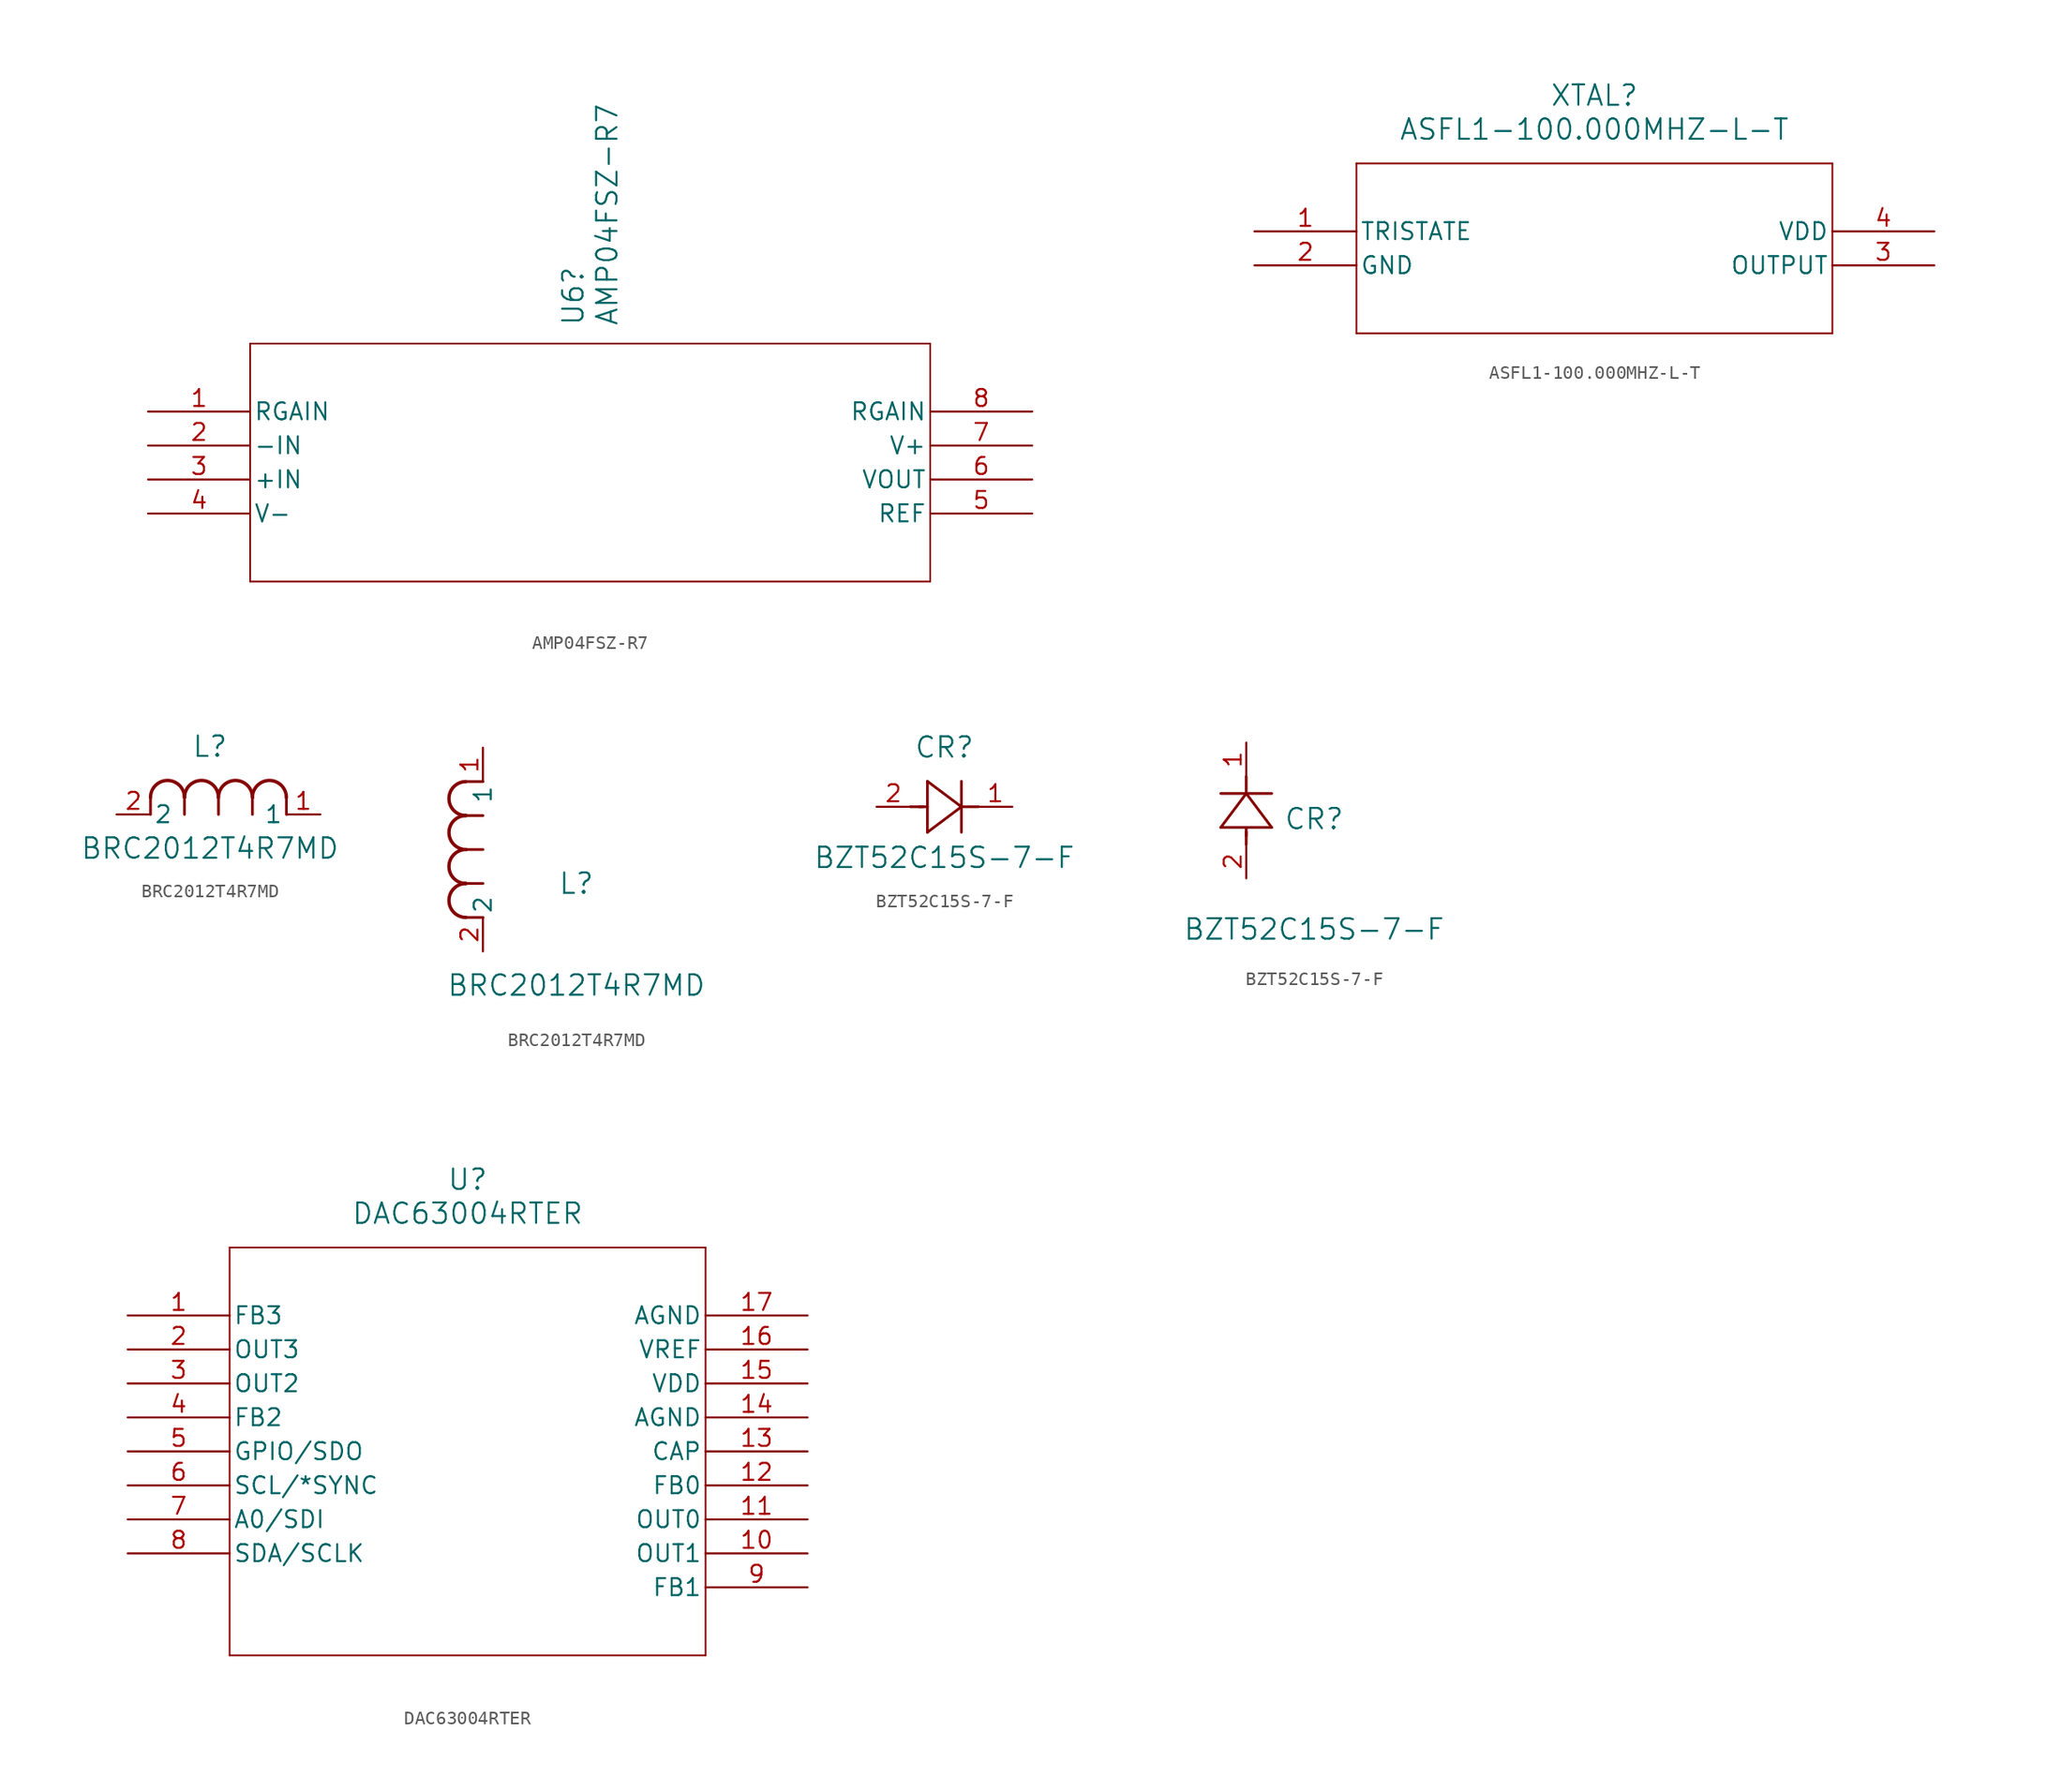
<source format=kicad_sym>
(kicad_symbol_lib
  (version 20231120)
  (generator "kicad_symbol_editor")
  (generator_version "8.0")
  (symbol "AMP04FSZ-R7"
    (pin_names
      (offset 0.254))
    (property "Reference" "U6"
      (at 31.75 6.35 90)
      (effects (font (size 1.524 1.524)) (justify left)))
    (property "Value" "AMP04FSZ-R7"
      (at 34.29 6.35 90)
      (effects (font (size 1.524 1.524)) (justify left)))
    (symbol "AMP04FSZ-R7_0_1"
      (polyline (pts (xy 7.62 -12.7) (xy 58.42 -12.7)) (stroke (width 0.127) (type default)) (fill (type none)))
      (polyline (pts (xy 7.62 5.08) (xy 7.62 -12.7)) (stroke (width 0.127) (type default)) (fill (type none)))
      (polyline (pts (xy 58.42 -12.7) (xy 58.42 5.08)) (stroke (width 0.127) (type default)) (fill (type none)))
      (polyline (pts (xy 58.42 5.08) (xy 7.62 5.08)) (stroke (width 0.127) (type default)) (fill (type none)))
      (pin unspecified line (at 0 0 0) (length 7.62) (name "RGAIN" (effects (font (size 1.27 1.27)))) (number "1" (effects (font (size 1.27 1.27)))))
      (pin unspecified line (at 0 -2.54 0) (length 7.62) (name "-IN" (effects (font (size 1.27 1.27)))) (number "2" (effects (font (size 1.27 1.27)))))
      (pin unspecified line (at 0 -5.08 0) (length 7.62) (name "+IN" (effects (font (size 1.27 1.27)))) (number "3" (effects (font (size 1.27 1.27)))))
      (pin power_in line (at 0 -7.62 0) (length 7.62) (name "V-" (effects (font (size 1.27 1.27)))) (number "4" (effects (font (size 1.27 1.27)))))
      (pin unspecified line (at 66.04 -7.62 180) (length 7.62) (name "REF" (effects (font (size 1.27 1.27)))) (number "5" (effects (font (size 1.27 1.27)))))
      (pin unspecified line (at 66.04 -5.08 180) (length 7.62) (name "VOUT" (effects (font (size 1.27 1.27)))) (number "6" (effects (font (size 1.27 1.27)))))
      (pin power_in line (at 66.04 -2.54 180) (length 7.62) (name "V+" (effects (font (size 1.27 1.27)))) (number "7" (effects (font (size 1.27 1.27)))))
      (pin unspecified line (at 66.04 0 180) (length 7.62) (name "RGAIN" (effects (font (size 1.27 1.27)))) (number "8" (effects (font (size 1.27 1.27)))))))
  (symbol "ASFL1-100.000MHZ-L-T"
    (pin_names
      (offset 0.254))
    (property "Reference" "XTAL"
      (at 25.4 10.16 0)
      (effects (font (size 1.524 1.524))))
    (property "Value" "ASFL1-100.000MHZ-L-T"
      (at 25.4 7.62 0)
      (effects (font (size 1.524 1.524))))
    (symbol "ASFL1-100.000MHZ-L-T_0_1"
      (polyline (pts (xy 7.62 -7.62) (xy 43.18 -7.62)) (stroke (width 0.127) (type default)) (fill (type none)))
      (polyline (pts (xy 7.62 5.08) (xy 7.62 -7.62)) (stroke (width 0.127) (type default)) (fill (type none)))
      (polyline (pts (xy 43.18 -7.62) (xy 43.18 5.08)) (stroke (width 0.127) (type default)) (fill (type none)))
      (polyline (pts (xy 43.18 5.08) (xy 7.62 5.08)) (stroke (width 0.127) (type default)) (fill (type none)))
      (pin unspecified line (at 0 0 0) (length 7.62) (name "TRISTATE" (effects (font (size 1.27 1.27)))) (number "1" (effects (font (size 1.27 1.27)))))
      (pin power_out line (at 0 -2.54 0) (length 7.62) (name "GND" (effects (font (size 1.27 1.27)))) (number "2" (effects (font (size 1.27 1.27)))))
      (pin output line (at 50.8 -2.54 180) (length 7.62) (name "OUTPUT" (effects (font (size 1.27 1.27)))) (number "3" (effects (font (size 1.27 1.27)))))
      (pin power_in line (at 50.8 0 180) (length 7.62) (name "VDD" (effects (font (size 1.27 1.27)))) (number "4" (effects (font (size 1.27 1.27)))))))
  (symbol "BRC2012T4R7MD"
    (pin_names
      (offset 0.254))
    (property "Reference" "L"
      (at 6.985 5.08 0)
      (effects (font (size 1.524 1.524))))
    (property "Value" "BRC2012T4R7MD"
      (at 6.985 -2.54 0)
      (effects (font (size 1.524 1.524))))
    (symbol "BRC2012T4R7MD_1_1"
      (polyline (pts (xy 2.54 0) (xy 2.54 1.27)) (stroke (width 0.203) (type default)) (fill (type none)))
      (polyline (pts (xy 5.08 0) (xy 5.08 1.27)) (stroke (width 0.203) (type default)) (fill (type none)))
      (polyline (pts (xy 7.62 0) (xy 7.62 1.27)) (stroke (width 0.203) (type default)) (fill (type none)))
      (polyline (pts (xy 10.16 0) (xy 10.16 1.27)) (stroke (width 0.203) (type default)) (fill (type none)))
      (polyline (pts (xy 12.7 0) (xy 12.7 1.27)) (stroke (width 0.203) (type default)) (fill (type none)))
      (arc (start 5.08 1.27) (mid 3.81 2.5344) (end 2.54 1.27) (stroke (width 0.254) (type default)) (fill (type none)))
      (arc (start 7.62 1.27) (mid 6.35 2.5344) (end 5.08 1.27) (stroke (width 0.254) (type default)) (fill (type none)))
      (arc (start 10.16 1.27) (mid 8.89 2.5344) (end 7.62 1.27) (stroke (width 0.254) (type default)) (fill (type none)))
      (arc (start 12.7 1.27) (mid 11.43 2.5344) (end 10.16 1.27) (stroke (width 0.254) (type default)) (fill (type none)))
      (pin unspecified line (at 15.24 0 180) (length 2.54) (name "1" (effects (font (size 1.27 1.27)))) (number "1" (effects (font (size 1.27 1.27)))))
      (pin unspecified line (at 0 0 0) (length 2.54) (name "2" (effects (font (size 1.27 1.27)))) (number "2" (effects (font (size 1.27 1.27))))))
    (symbol "BRC2012T4R7MD_1_2"
      (arc (start -1.27 5.08) (mid -2.5344 3.81) (end -1.27 2.54) (stroke (width 0.254) (type default)) (fill (type none)))
      (arc (start -1.27 7.62) (mid -2.5344 6.35) (end -1.27 5.08) (stroke (width 0.254) (type default)) (fill (type none)))
      (arc (start -1.27 10.16) (mid -2.5344 8.89) (end -1.27 7.62) (stroke (width 0.254) (type default)) (fill (type none)))
      (arc (start -1.27 12.7) (mid -2.5344 11.43) (end -1.27 10.16) (stroke (width 0.254) (type default)) (fill (type none)))
      (polyline (pts (xy 0 2.54) (xy -1.27 2.54)) (stroke (width 0.203) (type default)) (fill (type none)))
      (polyline (pts (xy 0 5.08) (xy -1.27 5.08)) (stroke (width 0.203) (type default)) (fill (type none)))
      (polyline (pts (xy 0 7.62) (xy -1.27 7.62)) (stroke (width 0.203) (type default)) (fill (type none)))
      (polyline (pts (xy 0 10.16) (xy -1.27 10.16)) (stroke (width 0.203) (type default)) (fill (type none)))
      (polyline (pts (xy 0 12.7) (xy -1.27 12.7)) (stroke (width 0.203) (type default)) (fill (type none)))
      (pin unspecified line (at 0 15.24 270) (length 2.54) (name "1" (effects (font (size 1.27 1.27)))) (number "1" (effects (font (size 1.27 1.27)))))
      (pin unspecified line (at 0 0 90) (length 2.54) (name "2" (effects (font (size 1.27 1.27)))) (number "2" (effects (font (size 1.27 1.27)))))))
  (symbol "BZT52C15S-7-F"
    (pin_names
      (offset 0.254))
    (property "Reference" "CR"
      (at 5.08 4.445 0)
      (effects (font (size 1.524 1.524))))
    (property "Value" "BZT52C15S-7-F"
      (at 5.08 -3.81 0)
      (effects (font (size 1.524 1.524))))
    (symbol "BZT52C15S-7-F_1_1"
      (polyline (pts (xy 2.54 0) (xy 3.48 0)) (stroke (width 0.203) (type default)) (fill (type none)))
      (polyline (pts (xy 3.175 0) (xy 3.81 0)) (stroke (width 0.203) (type default)) (fill (type none)))
      (polyline (pts (xy 3.81 -1.905) (xy 6.35 0)) (stroke (width 0.203) (type default)) (fill (type none)))
      (polyline (pts (xy 3.81 1.905) (xy 3.81 -1.905)) (stroke (width 0.203) (type default)) (fill (type none)))
      (polyline (pts (xy 6.35 -1.905) (xy 6.35 1.905)) (stroke (width 0.203) (type default)) (fill (type none)))
      (polyline (pts (xy 6.35 0) (xy 3.81 1.905)) (stroke (width 0.203) (type default)) (fill (type none)))
      (polyline (pts (xy 6.35 0) (xy 7.62 0)) (stroke (width 0.203) (type default)) (fill (type none)))
      (pin unspecified line (at 10.16 0 180) (length 2.54) (name "" (effects (font (size 1.27 1.27)))) (number "1" (effects (font (size 1.27 1.27)))))
      (pin unspecified line (at 0 0 0) (length 2.54) (name "" (effects (font (size 1.27 1.27)))) (number "2" (effects (font (size 1.27 1.27))))))
    (symbol "BZT52C15S-7-F_1_2"
      (polyline (pts (xy -1.905 3.81) (xy 1.905 3.81)) (stroke (width 0.203) (type default)) (fill (type none)))
      (polyline (pts (xy 0 2.54) (xy 0 3.48)) (stroke (width 0.203) (type default)) (fill (type none)))
      (polyline (pts (xy 0 3.175) (xy 0 3.81)) (stroke (width 0.203) (type default)) (fill (type none)))
      (polyline (pts (xy 0 6.35) (xy -1.905 3.81)) (stroke (width 0.203) (type default)) (fill (type none)))
      (polyline (pts (xy 0 6.35) (xy 0 7.62)) (stroke (width 0.203) (type default)) (fill (type none)))
      (polyline (pts (xy 1.905 3.81) (xy 0 6.35)) (stroke (width 0.203) (type default)) (fill (type none)))
      (polyline (pts (xy 1.905 6.35) (xy -1.905 6.35)) (stroke (width 0.203) (type default)) (fill (type none)))
      (pin unspecified line (at 0 10.16 270) (length 2.54) (name "" (effects (font (size 1.27 1.27)))) (number "1" (effects (font (size 1.27 1.27)))))
      (pin unspecified line (at 0 0 90) (length 2.54) (name "" (effects (font (size 1.27 1.27)))) (number "2" (effects (font (size 1.27 1.27)))))))
  (symbol "DAC63004RTER"
    (pin_names
      (offset 0.254))
    (property "Reference" "U"
      (at 25.4 10.16 0)
      (effects (font (size 1.524 1.524))))
    (property "Value" "DAC63004RTER"
      (at 25.4 7.62 0)
      (effects (font (size 1.524 1.524))))
    (symbol "DAC63004RTER_0_1"
      (polyline (pts (xy 7.62 -25.4) (xy 43.18 -25.4)) (stroke (width 0.127) (type default)) (fill (type none)))
      (polyline (pts (xy 7.62 5.08) (xy 7.62 -25.4)) (stroke (width 0.127) (type default)) (fill (type none)))
      (polyline (pts (xy 43.18 -25.4) (xy 43.18 5.08)) (stroke (width 0.127) (type default)) (fill (type none)))
      (polyline (pts (xy 43.18 5.08) (xy 7.62 5.08)) (stroke (width 0.127) (type default)) (fill (type none)))
      (pin input line (at 0 0 0) (length 7.62) (name "FB3" (effects (font (size 1.27 1.27)))) (number "1" (effects (font (size 1.27 1.27)))))
      (pin output line (at 50.8 -17.78 180) (length 7.62) (name "OUT1" (effects (font (size 1.27 1.27)))) (number "10" (effects (font (size 1.27 1.27)))))
      (pin output line (at 50.8 -15.24 180) (length 7.62) (name "OUT0" (effects (font (size 1.27 1.27)))) (number "11" (effects (font (size 1.27 1.27)))))
      (pin input line (at 50.8 -12.7 180) (length 7.62) (name "FB0" (effects (font (size 1.27 1.27)))) (number "12" (effects (font (size 1.27 1.27)))))
      (pin power_in line (at 50.8 -10.16 180) (length 7.62) (name "CAP" (effects (font (size 1.27 1.27)))) (number "13" (effects (font (size 1.27 1.27)))))
      (pin power_out line (at 50.8 -7.62 180) (length 7.62) (name "AGND" (effects (font (size 1.27 1.27)))) (number "14" (effects (font (size 1.27 1.27)))))
      (pin power_in line (at 50.8 -5.08 180) (length 7.62) (name "VDD" (effects (font (size 1.27 1.27)))) (number "15" (effects (font (size 1.27 1.27)))))
      (pin power_in line (at 50.8 -2.54 180) (length 7.62) (name "VREF" (effects (font (size 1.27 1.27)))) (number "16" (effects (font (size 1.27 1.27)))))
      (pin power_out line (at 50.8 0 180) (length 7.62) (name "AGND" (effects (font (size 1.27 1.27)))) (number "17" (effects (font (size 1.27 1.27)))))
      (pin output line (at 0 -2.54 0) (length 7.62) (name "OUT3" (effects (font (size 1.27 1.27)))) (number "2" (effects (font (size 1.27 1.27)))))
      (pin output line (at 0 -5.08 0) (length 7.62) (name "OUT2" (effects (font (size 1.27 1.27)))) (number "3" (effects (font (size 1.27 1.27)))))
      (pin input line (at 0 -7.62 0) (length 7.62) (name "FB2" (effects (font (size 1.27 1.27)))) (number "4" (effects (font (size 1.27 1.27)))))
      (pin bidirectional line (at 0 -10.16 0) (length 7.62) (name "GPIO/SDO" (effects (font (size 1.27 1.27)))) (number "5" (effects (font (size 1.27 1.27)))))
      (pin output line (at 0 -12.7 0) (length 7.62) (name "SCL/*SYNC" (effects (font (size 1.27 1.27)))) (number "6" (effects (font (size 1.27 1.27)))))
      (pin input line (at 0 -15.24 0) (length 7.62) (name "A0/SDI" (effects (font (size 1.27 1.27)))) (number "7" (effects (font (size 1.27 1.27)))))
      (pin bidirectional line (at 0 -17.78 0) (length 7.62) (name "SDA/SCLK" (effects (font (size 1.27 1.27)))) (number "8" (effects (font (size 1.27 1.27)))))
      (pin output line (at 50.8 -20.32 180) (length 7.62) (name "FB1" (effects (font (size 1.27 1.27)))) (number "9" (effects (font (size 1.27 1.27))))))))
</source>
